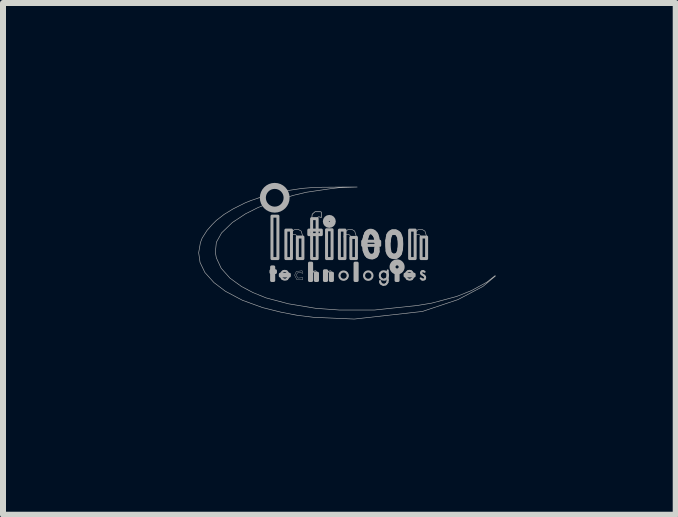
<source format=kicad_pcb>
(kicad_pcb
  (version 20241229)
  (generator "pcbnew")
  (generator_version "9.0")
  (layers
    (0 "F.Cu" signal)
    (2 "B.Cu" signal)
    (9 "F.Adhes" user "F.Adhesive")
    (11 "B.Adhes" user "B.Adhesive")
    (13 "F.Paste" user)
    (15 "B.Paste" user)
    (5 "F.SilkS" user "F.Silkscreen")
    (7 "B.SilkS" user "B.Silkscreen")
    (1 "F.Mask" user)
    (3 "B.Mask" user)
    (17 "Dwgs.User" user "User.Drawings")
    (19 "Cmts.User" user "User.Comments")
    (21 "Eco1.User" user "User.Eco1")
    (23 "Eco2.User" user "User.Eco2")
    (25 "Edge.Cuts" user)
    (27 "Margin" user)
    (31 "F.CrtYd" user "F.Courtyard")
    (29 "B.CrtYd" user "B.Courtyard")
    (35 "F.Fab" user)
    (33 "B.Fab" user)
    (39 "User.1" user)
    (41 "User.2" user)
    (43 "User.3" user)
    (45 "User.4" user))
  (footprint "infineon.LOGO"
    (layer "F.Cu")
    (at 0.25 2.281)
    (property "Reference" "infineon.LOGO" (at 1.27 -1.27 0) (layer "F.SilkS") (effects (font (size 0.001 0.001)) (justify left bottom)))
    (fp_line (start 1.506 -0.753) (end 1.506 -0.759) (stroke (width 0.035) (type default)) (layer "F.Fab"))
    (fp_line (start 2.984 -1.292) (end 2.984 -1.315) (stroke (width 0.093) (type default)) (layer "F.Fab"))
    (fp_line (start 3.586 -0.753) (end 3.586 -0.759) (stroke (width 0.035) (type default)) (layer "F.Fab"))
    (fp_rect (start 1.217 -0.788) (end 1.292 -0.817) (stroke (width 0.05) (type default)) (fill no) (layer "F.Fab"))
    (fp_rect (start 1.228 -0.655) (end 1.263 -0.881) (stroke (width 0.05) (type default)) (fill no) (layer "F.Fab"))
    (fp_rect (start 1.234 -1.02) (end 1.333 -1.727) (stroke (width 0.05) (type default)) (fill no) (layer "F.Fab"))
    (fp_rect (start 1.373 -0.73) (end 1.524 -0.759) (stroke (width 0.05) (type default)) (fill no) (layer "F.Fab"))
    (fp_rect (start 1.466 -1.02) (end 1.559 -1.495) (stroke (width 0.05) (type default)) (fill no) (layer "F.Fab"))
    (fp_rect (start 1.657 -1.02) (end 1.75 -1.379) (stroke (width 0.05) (type default)) (fill no) (layer "F.Fab"))
    (fp_rect (start 1.848 -1.419) (end 2.057 -1.495) (stroke (width 0.05) (type default)) (fill no) (layer "F.Fab"))
    (fp_rect (start 1.86 -0.655) (end 1.895 -0.944) (stroke (width 0.05) (type default)) (fill no) (layer "F.Fab"))
    (fp_rect (start 1.895 -1.02) (end 1.987 -1.686) (stroke (width 0.05) (type default)) (fill no) (layer "F.Fab"))
    (fp_rect (start 1.958 -0.655) (end 1.993 -0.776) (stroke (width 0.05) (type default)) (fill no) (layer "F.Fab"))
    (fp_rect (start 2.109 -0.655) (end 2.144 -0.817) (stroke (width 0.05) (type default)) (fill no) (layer "F.Fab"))
    (fp_rect (start 2.144 -1.02) (end 2.236 -1.501) (stroke (width 0.05) (type default)) (fill no) (layer "F.Fab"))
    (fp_rect (start 2.208 -0.655) (end 2.242 -0.776) (stroke (width 0.05) (type default)) (fill no) (layer "F.Fab"))
    (fp_rect (start 2.358 -1.02) (end 2.451 -1.495) (stroke (width 0.05) (type default)) (fill no) (layer "F.Fab"))
    (fp_rect (start 2.549 -1.02) (end 2.642 -1.373) (stroke (width 0.05) (type default)) (fill no) (layer "F.Fab"))
    (fp_rect (start 2.619 -0.655) (end 2.654 -0.944) (stroke (width 0.05) (type default)) (fill no) (layer "F.Fab"))
    (fp_rect (start 2.746 -1.24) (end 3.03 -1.309) (stroke (width 0.05) (type default)) (fill no) (layer "F.Fab"))
    (fp_rect (start 3.303 -0.655) (end 3.337 -0.823) (stroke (width 0.05) (type default)) (fill no) (layer "F.Fab"))
    (fp_rect (start 3.453 -0.73) (end 3.604 -0.759) (stroke (width 0.05) (type default)) (fill no) (layer "F.Fab"))
    (fp_rect (start 3.529 -1.02) (end 3.621 -1.495) (stroke (width 0.05) (type default)) (fill no) (layer "F.Fab"))
    (fp_rect (start 3.72 -1.02) (end 3.812 -1.379) (stroke (width 0.05) (type default)) (fill no) (layer "F.Fab"))
    (fp_arc (start 1.3848 -0.759) (mid 1.398102 -0.79049) (end 1.4253 -0.8112) (stroke (width 0.0346) (type default)) (layer "F.Fab"))
    (fp_arc (start 1.3848 -0.73) (mid 1.38477 -0.7445) (end 1.3848 -0.759) (stroke (width 0.0346) (type default)) (layer "F.Fab"))
    (fp_arc (start 1.4079 -0.6837) (mid 1.391657 -0.704509) (end 1.3848 -0.73) (stroke (width 0.0346) (type default)) (layer "F.Fab"))
    (fp_arc (start 1.4253 -0.8112) (mid 1.452118 -0.814759) (end 1.4775 -0.8054) (stroke (width 0.0346) (type default)) (layer "F.Fab"))
    (fp_arc (start 1.4775 -0.8054) (mid 1.496751 -0.785191) (end 1.5064 -0.759) (stroke (width 0.0346) (type default)) (layer "F.Fab"))
    (fp_arc (start 1.4833 -0.6779) (mid 1.444696 -0.669049) (end 1.4079 -0.6837) (stroke (width 0.0346) (type default)) (layer "F.Fab"))
    (fp_arc (start 1.5064 -0.7069) (mid 1.496317 -0.691232) (end 1.4833 -0.6779) (stroke (width 0.0346) (type default)) (layer "F.Fab"))
    (fp_arc (start 2.7869 -1.3326) (mid 2.791908 -1.358876) (end 2.7985 -1.3848) (stroke (width 0.0926) (type default)) (layer "F.Fab"))
    (fp_arc (start 2.7927 -1.1588) (mid 2.781453 -1.245421) (end 2.7869 -1.3326) (stroke (width 0.0926) (type default)) (layer "F.Fab"))
    (fp_arc (start 2.7985 -1.3848) (mid 2.806268 -1.4083) (end 2.8159 -1.4311) (stroke (width 0.0926) (type default)) (layer "F.Fab"))
    (fp_arc (start 2.8159 -1.4311) (mid 2.865176 -1.4701) (end 2.926 -1.4543) (stroke (width 0.0926) (type default)) (layer "F.Fab"))
    (fp_arc (start 2.8159 -1.1009) (mid 2.802035 -1.128943) (end 2.7927 -1.1588) (stroke (width 0.0926) (type default)) (layer "F.Fab"))
    (fp_arc (start 2.8391 -1.0719) (mid 2.826497 -1.085598) (end 2.8159 -1.1009) (stroke (width 0.0926) (type default)) (layer "F.Fab"))
    (fp_arc (start 2.9086 -1.0545) (mid 2.871868 -1.055282) (end 2.8391 -1.0719) (stroke (width 0.0926) (type default)) (layer "F.Fab"))
    (fp_arc (start 2.926 -1.4543) (mid 2.937956 -1.443104) (end 2.9491 -1.4311) (stroke (width 0.0926) (type default)) (layer "F.Fab"))
    (fp_arc (start 2.9491 -1.4311) (mid 2.955442 -1.422762) (end 2.9607 -1.4137) (stroke (width 0.0926) (type default)) (layer "F.Fab"))
    (fp_arc (start 2.9593 -1.0805) (mid 2.936501 -1.062525) (end 2.9086 -1.0545) (stroke (width 0.0926) (type default)) (layer "F.Fab"))
    (fp_arc (start 2.9607 -1.4137) (mid 2.978027 -1.365799) (end 2.9839 -1.3152) (stroke (width 0.0926) (type default)) (layer "F.Fab"))
    (fp_arc (start 2.9811 -1.1381) (mid 2.974312 -1.107744) (end 2.9593 -1.0805) (stroke (width 0.0926) (type default)) (layer "F.Fab"))
    (fp_arc (start 2.9839 -1.1936) (mid 2.983489 -1.1658) (end 2.9811 -1.1381) (stroke (width 0.0926) (type default)) (layer "F.Fab"))
    (fp_arc (start 3.0419 -0.7764) (mid 3.051948 -0.789495) (end 3.065 -0.7996) (stroke (width 0.0346) (type default)) (layer "F.Fab"))
    (fp_arc (start 3.0419 -0.7011) (mid 3.031743 -0.73875) (end 3.0419 -0.7764) (stroke (width 0.0346) (type default)) (layer "F.Fab"))
    (fp_arc (start 3.0424 -0.6177) (mid 3.037822 -0.631162) (end 3.0363 -0.6453) (stroke (width 0.0346) (type default)) (layer "F.Fab"))
    (fp_arc (start 3.0592 -0.5968) (mid 3.049486 -0.606194) (end 3.0424 -0.6177) (stroke (width 0.0346) (type default)) (layer "F.Fab"))
    (fp_arc (start 3.065 -0.7996) (mid 3.0969 -0.80825) (end 3.1288 -0.7996) (stroke (width 0.0346) (type default)) (layer "F.Fab"))
    (fp_arc (start 3.065 -0.6779) (mid 3.051948 -0.688005) (end 3.0419 -0.7011) (stroke (width 0.0346) (type default)) (layer "F.Fab"))
    (fp_arc (start 3.09 -0.5834) (mid 3.073744 -0.588133) (end 3.0592 -0.5968) (stroke (width 0.0346) (type default)) (layer "F.Fab"))
    (fp_arc (start 3.1172 -0.6721) (mid 3.090482 -0.669442) (end 3.065 -0.6779) (stroke (width 0.0346) (type default)) (layer "F.Fab"))
    (fp_arc (start 3.1288 -0.7996) (mid 3.137629 -0.794067) (end 3.1461 -0.788) (stroke (width 0.0346) (type default)) (layer "F.Fab"))
    (fp_arc (start 3.1288 -0.591) (mid 3.110105 -0.583602) (end 3.09 -0.5834) (stroke (width 0.0346) (type default)) (layer "F.Fab"))
    (fp_arc (start 3.1461 -0.788) (mid 3.158825 -0.772612) (end 3.1635 -0.7532) (stroke (width 0.0346) (type default)) (layer "F.Fab"))
    (fp_arc (start 3.1519 -0.7011) (mid 3.137396 -0.683195) (end 3.1172 -0.6721) (stroke (width 0.0346) (type default)) (layer "F.Fab"))
    (fp_arc (start 3.1577 -0.6258) (mid 3.146507 -0.605695) (end 3.1288 -0.591) (stroke (width 0.0346) (type default)) (layer "F.Fab"))
    (fp_arc (start 3.1635 -0.8227) (mid 3.163817 -0.77925) (end 3.1635 -0.7358) (stroke (width 0.0346) (type default)) (layer "F.Fab"))
    (fp_arc (start 3.1635 -0.7532) (mid 3.163704 -0.70685) (end 3.1635 -0.6605) (stroke (width 0.0346) (type default)) (layer "F.Fab"))
    (fp_arc (start 3.1635 -0.7358) (mid 3.159124 -0.717974) (end 3.1519 -0.7011) (stroke (width 0.0346) (type default)) (layer "F.Fab"))
    (fp_arc (start 3.1635 -0.6605) (mid 3.161953 -0.642924) (end 3.1577 -0.6258) (stroke (width 0.0346) (type default)) (layer "F.Fab"))
    (fp_arc (start 3.1693 -1.3152) (mid 3.175705 -1.361981) (end 3.1867 -1.4079) (stroke (width 0.0926) (type default)) (layer "F.Fab"))
    (fp_arc (start 3.1751 -1.153) (mid 3.167222 -1.233922) (end 3.1693 -1.3152) (stroke (width 0.0926) (type default)) (layer "F.Fab"))
    (fp_arc (start 3.1867 -1.4079) (mid 3.208243 -1.442215) (end 3.2446 -1.4601) (stroke (width 0.0926) (type default)) (layer "F.Fab"))
    (fp_arc (start 3.2215 -1.0719) (mid 3.189864 -1.104352) (end 3.1751 -1.1472) (stroke (width 0.0926) (type default)) (layer "F.Fab"))
    (fp_arc (start 3.2446 -1.4601) (mid 3.2678 -1.462226) (end 3.291 -1.4601) (stroke (width 0.0926) (type default)) (layer "F.Fab"))
    (fp_arc (start 3.291 -1.4601) (mid 3.320637 -1.44807) (end 3.3431 -1.4253) (stroke (width 0.0926) (type default)) (layer "F.Fab"))
    (fp_arc (start 3.2968 -1.0603) (mid 3.257896 -1.05796) (end 3.2215 -1.0719) (stroke (width 0.0926) (type default)) (layer "F.Fab"))
    (fp_arc (start 3.3431 -1.4253) (mid 3.362313 -1.386435) (end 3.3721 -1.3442) (stroke (width 0.0926) (type default)) (layer "F.Fab"))
    (fp_arc (start 3.3547 -1.1124) (mid 3.331848 -1.079573) (end 3.2968 -1.0603) (stroke (width 0.0926) (type default)) (layer "F.Fab"))
    (fp_arc (start 3.3721 -1.3442) (mid 3.376656 -1.2631) (end 3.3721 -1.182) (stroke (width 0.0926) (type default)) (layer "F.Fab"))
    (fp_arc (start 3.3721 -1.182) (mid 3.36571 -1.146623) (end 3.3547 -1.1124) (stroke (width 0.0926) (type default)) (layer "F.Fab"))
    (fp_arc (start 3.4648 -0.759) (mid 3.478115 -0.79048) (end 3.5053 -0.8112) (stroke (width 0.0346) (type default)) (layer "F.Fab"))
    (fp_arc (start 3.4648 -0.73) (mid 3.46477 -0.7445) (end 3.4648 -0.759) (stroke (width 0.0346) (type default)) (layer "F.Fab"))
    (fp_arc (start 3.4879 -0.6837) (mid 3.471657 -0.704509) (end 3.4648 -0.73) (stroke (width 0.0346) (type default)) (layer "F.Fab"))
    (fp_arc (start 3.5053 -0.8112) (mid 3.532118 -0.814759) (end 3.5575 -0.8054) (stroke (width 0.0346) (type default)) (layer "F.Fab"))
    (fp_arc (start 3.5575 -0.8054) (mid 3.576751 -0.785191) (end 3.5864 -0.759) (stroke (width 0.0346) (type default)) (layer "F.Fab"))
    (fp_arc (start 3.5633 -0.6779) (mid 3.524696 -0.669049) (end 3.4879 -0.6837) (stroke (width 0.0346) (type default)) (layer "F.Fab"))
    (fp_arc (start 3.5864 -0.7069) (mid 3.576317 -0.691232) (end 3.5633 -0.6779) (stroke (width 0.0346) (type default)) (layer "F.Fab"))
    (fp_arc (start 3.7197 -0.7822) (mid 3.723114 -0.794993) (end 3.7313 -0.8054) (stroke (width 0.0346) (type default)) (layer "F.Fab"))
    (fp_arc (start 3.7313 -0.8054) (mid 3.742226 -0.810997) (end 3.7545 -0.8112) (stroke (width 0.0346) (type default)) (layer "F.Fab"))
    (fp_arc (start 3.7313 -0.759) (mid 3.722419 -0.76906) (end 3.7197 -0.7822) (stroke (width 0.0346) (type default)) (layer "F.Fab"))
    (fp_arc (start 3.7371 -0.6721) (mid 3.72494 -0.67999) (end 3.714 -0.6895) (stroke (width 0.0346) (type default)) (layer "F.Fab"))
    (fp_arc (start 3.7545 -0.8112) (mid 3.766837 -0.806874) (end 3.7777 -0.7996) (stroke (width 0.0346) (type default)) (layer "F.Fab"))
    (fp_arc (start 3.7603 -0.7416) (mid 3.745588 -0.749947) (end 3.7313 -0.759) (stroke (width 0.0346) (type default)) (layer "F.Fab"))
    (fp_arc (start 3.7603 -0.7416) (mid 3.773588 -0.731745) (end 3.7835 -0.7185) (stroke (width 0.0346) (type default)) (layer "F.Fab"))
    (fp_arc (start 3.7777 -0.6779) (mid 3.758371 -0.6682) (end 3.7371 -0.6721) (stroke (width 0.0346) (type default)) (layer "F.Fab"))
    (fp_arc (start 3.7835 -0.7185) (mid 3.78732 -0.69724) (end 3.7777 -0.6779) (stroke (width 0.0346) (type default)) (layer "F.Fab"))
    (fp_circle (center 1.28 -2.034) (end 1.478 -2.034) (stroke (width 0.1) (type default)) (fill no) (layer "F.Fab"))
    (fp_circle (center 2.19 -1.64) (end 2.248 -1.64) (stroke (width 0.1) (type default)) (fill no) (layer "F.Fab"))
    (fp_circle (center 2.428 -0.736) (end 2.497 -0.736) (stroke (width 0.035) (type default)) (fill no) (layer "F.Fab"))
    (fp_circle (center 2.433 -0.736) (end 2.503 -0.736) (stroke (width 0.012) (type default)) (fill no) (layer "F.Fab"))
    (fp_circle (center 2.839 -0.736) (end 2.909 -0.736) (stroke (width 0.035) (type default)) (fill no) (layer "F.Fab"))
    (fp_circle (center 3.32 -0.881) (end 3.346 -0.881) (stroke (width 0.1) (type default)) (fill no) (layer "F.Fab"))
    (fp_poly (pts (xy 1.987 -0.759) (xy 1.987 -0.776) (xy 1.964 -0.817) (xy 1.9 -0.805) (xy 1.889 -0.782) (xy 1.889 -0.759) (xy 1.895 -0.776) (xy 1.935 -0.8) (xy 1.964 -0.765)) (stroke (width 0.012) (type default)) (fill no) (layer "F.Fab"))
    (fp_poly (pts (xy 2.236 -0.759) (xy 2.236 -0.776) (xy 2.213 -0.817) (xy 2.15 -0.805) (xy 2.138 -0.782) (xy 2.138 -0.759) (xy 2.144 -0.776) (xy 2.184 -0.8) (xy 2.213 -0.765)) (stroke (width 0.012) (type default)) (fill no) (layer "F.Fab"))
    (fp_poly (pts (xy 1.501 -2.045) (xy 1.588 -2.074) (xy 1.808 -2.126) (xy 2.202 -2.184) (xy 2.352 -2.202) (xy 2.654 -2.213) (xy 2.457 -2.213) (xy 1.958 -2.208) (xy 1.732 -2.19) (xy 1.472 -2.15)) (stroke (width 0.01) (type default)) (fill no) (layer "F.Fab"))
    (fp_poly (pts (xy 1.982 -1.68) (xy 1.982 -1.686) (xy 2.005 -1.715) (xy 2.028 -1.715) (xy 2.057 -1.703) (xy 2.057 -1.796) (xy 2.039 -1.802) (xy 1.953 -1.802) (xy 1.906 -1.761) (xy 1.9 -1.721) (xy 1.9 -1.68)) (stroke (width 0.012) (type default)) (fill no) (layer "F.Fab"))
    (fp_poly (pts (xy 1.744 -1.373) (xy 1.744 -1.402) (xy 1.721 -1.478) (xy 1.674 -1.506) (xy 1.605 -1.501) (xy 1.559 -1.46) (xy 1.541 -1.379) (xy 1.553 -1.379) (xy 1.576 -1.419) (xy 1.628 -1.419) (xy 1.651 -1.396) (xy 1.663 -1.367)) (stroke (width 0.01) (type default)) (fill no) (layer "F.Fab"))
    (fp_poly (pts (xy 2.636 -1.373) (xy 2.636 -1.402) (xy 2.613 -1.478) (xy 2.567 -1.506) (xy 2.497 -1.501) (xy 2.451 -1.46) (xy 2.433 -1.379) (xy 2.445 -1.379) (xy 2.468 -1.419) (xy 2.52 -1.419) (xy 2.544 -1.396) (xy 2.555 -1.367)) (stroke (width 0.01) (type default)) (fill no) (layer "F.Fab"))
    (fp_poly (pts (xy 3.807 -1.373) (xy 3.807 -1.402) (xy 3.784 -1.478) (xy 3.737 -1.506) (xy 3.668 -1.501) (xy 3.621 -1.46) (xy 3.604 -1.379) (xy 3.615 -1.379) (xy 3.639 -1.419) (xy 3.691 -1.419) (xy 3.714 -1.396) (xy 3.725 -1.367)) (stroke (width 0.01) (type default)) (fill no) (layer "F.Fab"))
    (fp_poly (pts (xy 1.744 -0.771) (xy 1.744 -0.811) (xy 1.732 -0.817) (xy 1.64 -0.805) (xy 1.611 -0.742) (xy 1.651 -0.666) (xy 1.744 -0.666) (xy 1.744 -0.707) (xy 1.738 -0.701) (xy 1.669 -0.695) (xy 1.645 -0.73) (xy 1.645 -0.759) (xy 1.669 -0.788) (xy 1.709 -0.794)) (stroke (width 0.006) (type default)) (fill no) (layer "F.Fab"))
    (fp_poly (pts (xy 1.089 -1.906) (xy 1.049 -2.045) (xy 0.881 -1.987) (xy 0.782 -1.947) (xy 0.585 -1.848) (xy 0.435 -1.756) (xy 0.307 -1.657) (xy 0.238 -1.588) (xy 0.151 -1.489) (xy 0.07 -1.362) (xy 0.041 -1.286) (xy 0.012 -1.118) (xy 0.035 -0.956) (xy 0.116 -0.788) (xy 0.267 -0.62) (xy 0.458 -0.475) (xy 0.742 -0.325) (xy 1.078 -0.203) (xy 1.379 -0.128) (xy 1.651 -0.075) (xy 1.929 -0.041) (xy 2.607 -0.012) (xy 3.743 -0.139) (xy 4.334 -0.336) (xy 4.751 -0.556) (xy 4.96 -0.73) (xy 4.954 -0.736) (xy 4.815 -0.626) (xy 4.56 -0.487) (xy 4.311 -0.388) (xy 3.899 -0.278) (xy 3.656 -0.238) (xy 2.938 -0.162) (xy 2.364 -0.162) (xy 1.964 -0.191) (xy 1.506 -0.267) (xy 1.136 -0.365) (xy 0.921 -0.452) (xy 0.724 -0.556) (xy 0.533 -0.695) (xy 0.388 -0.858) (xy 0.307 -1.031) (xy 0.29 -1.124) (xy 0.307 -1.292) (xy 0.394 -1.448) (xy 0.574 -1.622) (xy 0.794 -1.767) (xy 1.002 -1.871)) (stroke (width 0.01) (type default)) (fill no) (layer "F.Fab")))
  (gr_rect
    (start -3 -3)
    (end 8.215 5.531)
    (stroke (width 0.1) (type default))
    (fill no)
    (layer "Edge.Cuts")))
</source>
